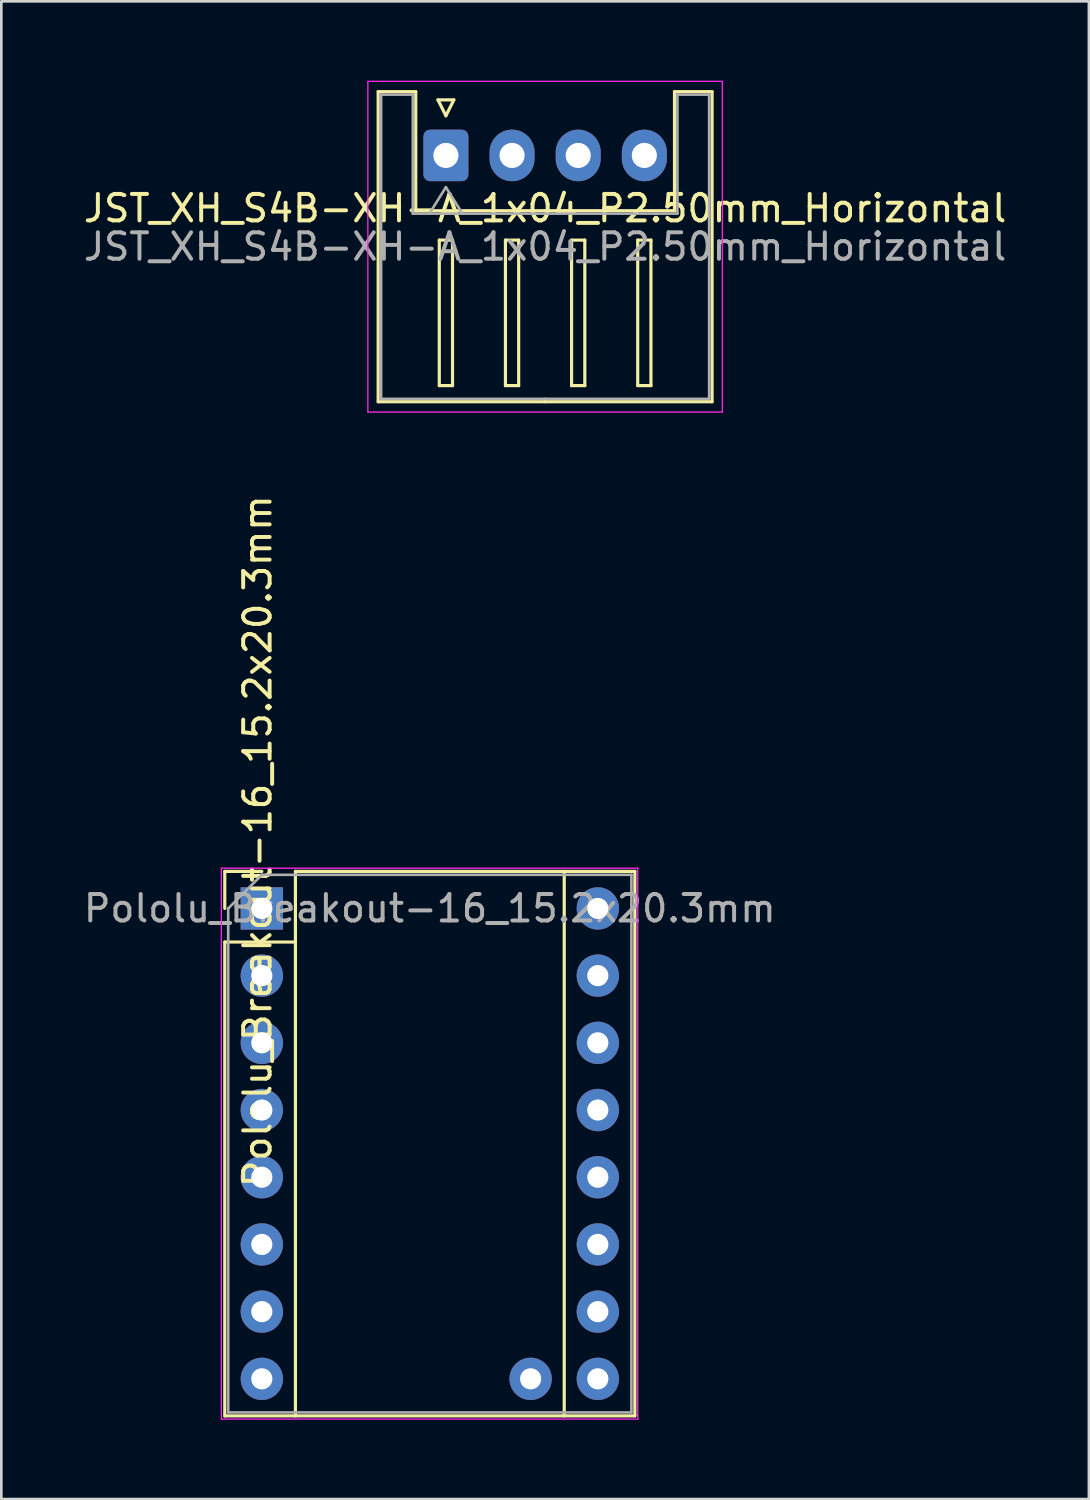
<source format=kicad_pcb>
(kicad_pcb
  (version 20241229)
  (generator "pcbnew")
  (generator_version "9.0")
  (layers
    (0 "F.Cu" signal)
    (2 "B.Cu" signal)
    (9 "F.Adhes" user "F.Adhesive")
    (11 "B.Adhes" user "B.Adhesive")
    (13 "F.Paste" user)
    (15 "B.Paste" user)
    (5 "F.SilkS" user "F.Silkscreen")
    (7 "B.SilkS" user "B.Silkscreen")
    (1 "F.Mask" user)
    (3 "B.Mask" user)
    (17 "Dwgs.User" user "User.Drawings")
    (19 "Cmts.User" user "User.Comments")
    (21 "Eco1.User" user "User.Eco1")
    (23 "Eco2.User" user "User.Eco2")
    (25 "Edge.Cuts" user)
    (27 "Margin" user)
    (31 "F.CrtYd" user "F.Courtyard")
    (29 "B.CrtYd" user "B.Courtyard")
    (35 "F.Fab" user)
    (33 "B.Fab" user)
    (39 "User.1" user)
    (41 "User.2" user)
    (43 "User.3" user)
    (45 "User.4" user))
  (footprint "JST_XH_S4B-XH-A_1x04_P2.50mm_Horizontal"
    (layer "F.Cu")
    (at 13.804 2.825)
    (property "Reference" "JST_XH_S4B-XH-A_1x04_P2.50mm_Horizontal" (at 3.75 2 0) (layer "F.SilkS") (effects (font (size 1 1) (thickness 0.15))))
    (attr through_hole)
    (fp_line (start -2.56 -2.41) (end -1.14 -2.41) (stroke (width 0.12) (type solid)) (layer "F.SilkS"))
    (fp_line (start -2.56 9.31) (end -2.56 -2.41) (stroke (width 0.12) (type solid)) (layer "F.SilkS"))
    (fp_line (start -1.14 -2.41) (end -1.14 2.09) (stroke (width 0.12) (type solid)) (layer "F.SilkS"))
    (fp_line (start -1.14 2.09) (end 3.75 2.09) (stroke (width 0.12) (type solid)) (layer "F.SilkS"))
    (fp_line (start -0.3 -2.1) (end 0.3 -2.1) (stroke (width 0.12) (type solid)) (layer "F.SilkS"))
    (fp_line (start -0.25 3.2) (end -0.25 8.7) (stroke (width 0.12) (type solid)) (layer "F.SilkS"))
    (fp_line (start -0.25 8.7) (end 0.25 8.7) (stroke (width 0.12) (type solid)) (layer "F.SilkS"))
    (fp_line (start 0 -1.5) (end -0.3 -2.1) (stroke (width 0.12) (type solid)) (layer "F.SilkS"))
    (fp_line (start 0.25 3.2) (end -0.25 3.2) (stroke (width 0.12) (type solid)) (layer "F.SilkS"))
    (fp_line (start 0.25 8.7) (end 0.25 3.2) (stroke (width 0.12) (type solid)) (layer "F.SilkS"))
    (fp_line (start 0.3 -2.1) (end 0 -1.5) (stroke (width 0.12) (type solid)) (layer "F.SilkS"))
    (fp_line (start 2.25 3.2) (end 2.25 8.7) (stroke (width 0.12) (type solid)) (layer "F.SilkS"))
    (fp_line (start 2.25 8.7) (end 2.75 8.7) (stroke (width 0.12) (type solid)) (layer "F.SilkS"))
    (fp_line (start 2.75 3.2) (end 2.25 3.2) (stroke (width 0.12) (type solid)) (layer "F.SilkS"))
    (fp_line (start 2.75 8.7) (end 2.75 3.2) (stroke (width 0.12) (type solid)) (layer "F.SilkS"))
    (fp_line (start 3.75 9.31) (end -2.56 9.31) (stroke (width 0.12) (type solid)) (layer "F.SilkS"))
    (fp_line (start 3.75 9.31) (end 10.06 9.31) (stroke (width 0.12) (type solid)) (layer "F.SilkS"))
    (fp_line (start 4.75 3.2) (end 4.75 8.7) (stroke (width 0.12) (type solid)) (layer "F.SilkS"))
    (fp_line (start 4.75 8.7) (end 5.25 8.7) (stroke (width 0.12) (type solid)) (layer "F.SilkS"))
    (fp_line (start 5.25 3.2) (end 4.75 3.2) (stroke (width 0.12) (type solid)) (layer "F.SilkS"))
    (fp_line (start 5.25 8.7) (end 5.25 3.2) (stroke (width 0.12) (type solid)) (layer "F.SilkS"))
    (fp_line (start 7.25 3.2) (end 7.25 8.7) (stroke (width 0.12) (type solid)) (layer "F.SilkS"))
    (fp_line (start 7.25 8.7) (end 7.75 8.7) (stroke (width 0.12) (type solid)) (layer "F.SilkS"))
    (fp_line (start 7.75 3.2) (end 7.25 3.2) (stroke (width 0.12) (type solid)) (layer "F.SilkS"))
    (fp_line (start 7.75 8.7) (end 7.75 3.2) (stroke (width 0.12) (type solid)) (layer "F.SilkS"))
    (fp_line (start 8.64 -2.41) (end 8.64 2.09) (stroke (width 0.12) (type solid)) (layer "F.SilkS"))
    (fp_line (start 8.64 2.09) (end 3.75 2.09) (stroke (width 0.12) (type solid)) (layer "F.SilkS"))
    (fp_line (start 10.06 -2.41) (end 8.64 -2.41) (stroke (width 0.12) (type solid)) (layer "F.SilkS"))
    (fp_line (start 10.06 9.31) (end 10.06 -2.41) (stroke (width 0.12) (type solid)) (layer "F.SilkS"))
    (fp_line (start -2.95 -2.8) (end -2.95 9.7) (stroke (width 0.05) (type solid)) (layer "F.CrtYd"))
    (fp_line (start -2.95 9.7) (end 10.45 9.7) (stroke (width 0.05) (type solid)) (layer "F.CrtYd"))
    (fp_line (start 10.45 -2.8) (end -2.95 -2.8) (stroke (width 0.05) (type solid)) (layer "F.CrtYd"))
    (fp_line (start 10.45 9.7) (end 10.45 -2.8) (stroke (width 0.05) (type solid)) (layer "F.CrtYd"))
    (fp_line (start -2.45 -2.3) (end -1.25 -2.3) (stroke (width 0.1) (type solid)) (layer "F.Fab"))
    (fp_line (start -2.45 9.2) (end -2.45 -2.3) (stroke (width 0.1) (type solid)) (layer "F.Fab"))
    (fp_line (start -1.25 -2.3) (end -1.25 2.2) (stroke (width 0.1) (type solid)) (layer "F.Fab"))
    (fp_line (start -1.25 2.2) (end 3.75 2.2) (stroke (width 0.1) (type solid)) (layer "F.Fab"))
    (fp_line (start -0.625 2.2) (end 0 1.2) (stroke (width 0.1) (type solid)) (layer "F.Fab"))
    (fp_line (start 0 1.2) (end 0.625 2.2) (stroke (width 0.1) (type solid)) (layer "F.Fab"))
    (fp_line (start 3.75 9.2) (end -2.45 9.2) (stroke (width 0.1) (type solid)) (layer "F.Fab"))
    (fp_line (start 3.75 9.2) (end 9.95 9.2) (stroke (width 0.1) (type solid)) (layer "F.Fab"))
    (fp_line (start 8.75 -2.3) (end 8.75 2.2) (stroke (width 0.1) (type solid)) (layer "F.Fab"))
    (fp_line (start 8.75 2.2) (end 3.75 2.2) (stroke (width 0.1) (type solid)) (layer "F.Fab"))
    (fp_line (start 9.95 -2.3) (end 8.75 -2.3) (stroke (width 0.1) (type solid)) (layer "F.Fab"))
    (fp_line (start 9.95 9.2) (end 9.95 -2.3) (stroke (width 0.1) (type solid)) (layer "F.Fab"))
    (fp_text user "${REFERENCE}" (at 3.75 3.45 0) (layer "F.Fab") (effects (font (size 1 1) (thickness 0.15))))
    (pad "1" thru_hole roundrect (at 0 0 180) (size 1.7 1.95) (drill 0.95) (layers "*.Cu" "*.Mask") (roundrect_rratio 0.147))
    (pad "2" thru_hole oval (at 2.5 0 180) (size 1.7 1.95) (drill 0.95) (layers "*.Cu" "*.Mask"))
    (pad "3" thru_hole oval (at 5 0 180) (size 1.7 1.95) (drill 0.95) (layers "*.Cu" "*.Mask"))
    (pad "4" thru_hole oval (at 7.5 0 180) (size 1.7 1.95) (drill 0.95) (layers "*.Cu" "*.Mask")))
  (footprint "Pololu_Breakout-16_15.2x20.3mm"
    (layer "F.Cu")
    (at 6.846 31.286)
    (property "Reference" "Pololu_Breakout-16_15.2x20.3mm" (at -0.16 -2.54 90) (layer "F.SilkS") (effects (font (size 1 1) (thickness 0.15))))
    (attr through_hole)
    (fp_line (start -1.4 -1.4) (end -1.4 0) (stroke (width 0.12) (type solid)) (layer "F.SilkS"))
    (fp_line (start -1.4 1.27) (end -1.4 19.18) (stroke (width 0.12) (type solid)) (layer "F.SilkS"))
    (fp_line (start -1.4 19.18) (end 14.1 19.18) (stroke (width 0.12) (type solid)) (layer "F.SilkS"))
    (fp_line (start 0 -1.4) (end -1.4 -1.4) (stroke (width 0.12) (type solid)) (layer "F.SilkS"))
    (fp_line (start 1.27 -1.4) (end 1.27 1.27) (stroke (width 0.12) (type solid)) (layer "F.SilkS"))
    (fp_line (start 1.27 1.27) (end -1.4 1.27) (stroke (width 0.12) (type solid)) (layer "F.SilkS"))
    (fp_line (start 1.27 1.27) (end 1.27 19.18) (stroke (width 0.12) (type solid)) (layer "F.SilkS"))
    (fp_line (start 11.43 -1.4) (end 11.43 19.18) (stroke (width 0.12) (type solid)) (layer "F.SilkS"))
    (fp_line (start 14.1 -1.4) (end 1.27 -1.4) (stroke (width 0.12) (type solid)) (layer "F.SilkS"))
    (fp_line (start 14.1 19.18) (end 14.1 -1.4) (stroke (width 0.12) (type solid)) (layer "F.SilkS"))
    (fp_line (start -1.53 -1.52) (end -1.53 19.3) (stroke (width 0.05) (type solid)) (layer "F.CrtYd"))
    (fp_line (start -1.53 -1.52) (end 14.21 -1.52) (stroke (width 0.05) (type solid)) (layer "F.CrtYd"))
    (fp_line (start 14.21 19.3) (end -1.53 19.3) (stroke (width 0.05) (type solid)) (layer "F.CrtYd"))
    (fp_line (start 14.21 19.3) (end 14.21 -1.52) (stroke (width 0.05) (type solid)) (layer "F.CrtYd"))
    (fp_line (start -1.27 0) (end 0 -1.27) (stroke (width 0.1) (type solid)) (layer "F.Fab"))
    (fp_line (start -1.27 19.05) (end -1.27 0) (stroke (width 0.1) (type solid)) (layer "F.Fab"))
    (fp_line (start 0 -1.27) (end 13.97 -1.27) (stroke (width 0.1) (type solid)) (layer "F.Fab"))
    (fp_line (start 13.97 -1.27) (end 13.97 19.05) (stroke (width 0.1) (type solid)) (layer "F.Fab"))
    (fp_line (start 13.97 19.05) (end -1.27 19.05) (stroke (width 0.1) (type solid)) (layer "F.Fab"))
    (fp_text user "${REFERENCE}" (at 6.35 0 0) (layer "F.Fab") (effects (font (size 1 1) (thickness 0.15))))
    (pad "1" thru_hole rect (at 0 0 180) (size 1.6 1.6) (drill 0.8) (layers "*.Cu" "*.Mask"))
    (pad "2" thru_hole oval (at 0 2.54 180) (size 1.6 1.6) (drill 0.8) (layers "*.Cu" "*.Mask"))
    (pad "3" thru_hole oval (at 0 5.08 180) (size 1.6 1.6) (drill 0.8) (layers "*.Cu" "*.Mask"))
    (pad "4" thru_hole oval (at 0 7.62 180) (size 1.6 1.6) (drill 0.8) (layers "*.Cu" "*.Mask"))
    (pad "5" thru_hole oval (at 0 10.16 180) (size 1.6 1.6) (drill 0.8) (layers "*.Cu" "*.Mask"))
    (pad "6" thru_hole oval (at 0 12.7 180) (size 1.6 1.6) (drill 0.8) (layers "*.Cu" "*.Mask"))
    (pad "7" thru_hole oval (at 0 15.24 180) (size 1.6 1.6) (drill 0.8) (layers "*.Cu" "*.Mask"))
    (pad "8" thru_hole oval (at 0 17.78 180) (size 1.6 1.6) (drill 0.8) (layers "*.Cu" "*.Mask"))
    (pad "9" thru_hole oval (at 12.7 17.78 180) (size 1.6 1.6) (drill 0.8) (layers "*.Cu" "*.Mask"))
    (pad "10" thru_hole oval (at 12.7 15.24 180) (size 1.6 1.6) (drill 0.8) (layers "*.Cu" "*.Mask"))
    (pad "11" thru_hole oval (at 12.7 12.7 180) (size 1.6 1.6) (drill 0.8) (layers "*.Cu" "*.Mask"))
    (pad "12" thru_hole oval (at 12.7 10.16 180) (size 1.6 1.6) (drill 0.8) (layers "*.Cu" "*.Mask"))
    (pad "13" thru_hole oval (at 12.7 7.62 180) (size 1.6 1.6) (drill 0.8) (layers "*.Cu" "*.Mask"))
    (pad "14" thru_hole oval (at 12.7 5.08 180) (size 1.6 1.6) (drill 0.8) (layers "*.Cu" "*.Mask"))
    (pad "15" thru_hole oval (at 12.7 2.54 180) (size 1.6 1.6) (drill 0.8) (layers "*.Cu" "*.Mask"))
    (pad "16" thru_hole oval (at 12.7 0 180) (size 1.6 1.6) (drill 0.8) (layers "*.Cu" "*.Mask"))
    (pad "17" thru_hole oval (at 10.16 17.78 180) (size 1.6 1.6) (drill 0.8) (layers "*.Cu" "*.Mask")))
  (gr_rect
    (start -3 -3)
    (end 38.107 53.611)
    (stroke (width 0.1) (type default))
    (fill no)
    (layer "Edge.Cuts")))
</source>
